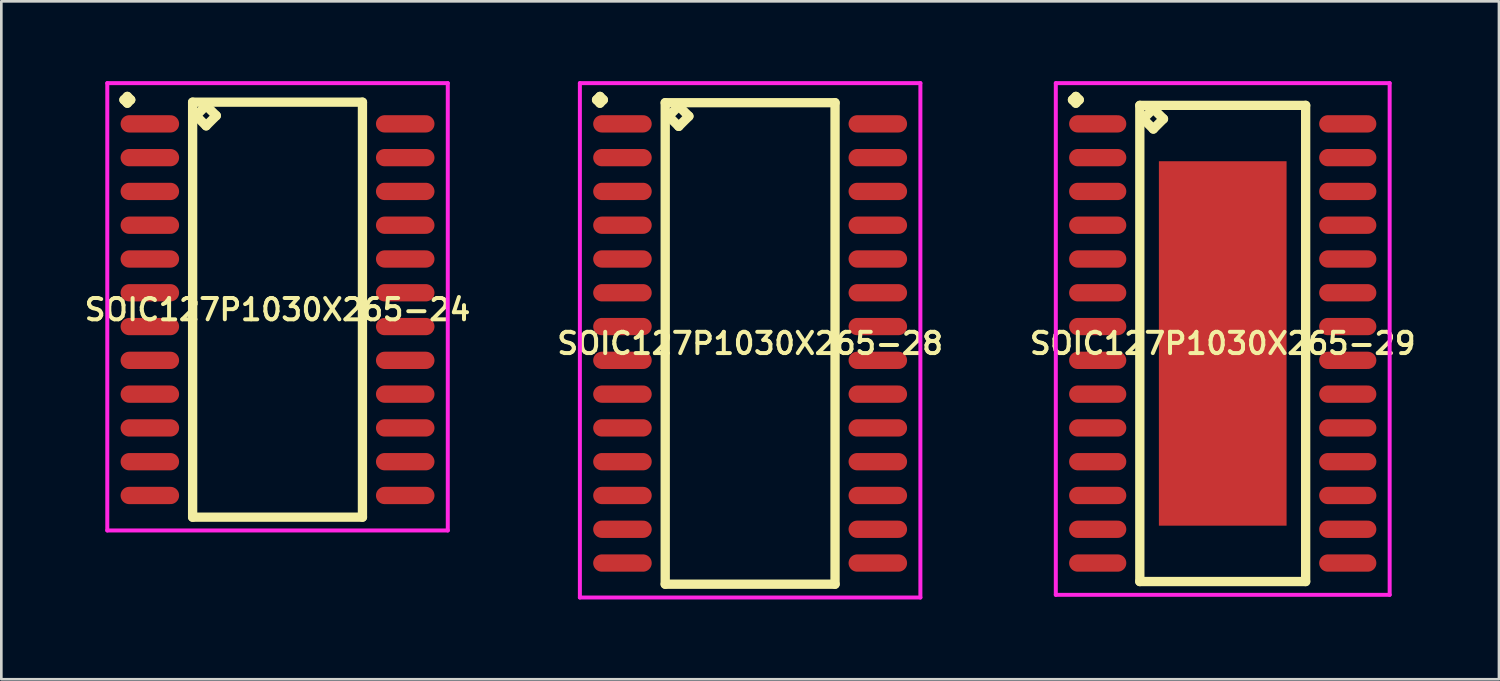
<source format=kicad_pcb>
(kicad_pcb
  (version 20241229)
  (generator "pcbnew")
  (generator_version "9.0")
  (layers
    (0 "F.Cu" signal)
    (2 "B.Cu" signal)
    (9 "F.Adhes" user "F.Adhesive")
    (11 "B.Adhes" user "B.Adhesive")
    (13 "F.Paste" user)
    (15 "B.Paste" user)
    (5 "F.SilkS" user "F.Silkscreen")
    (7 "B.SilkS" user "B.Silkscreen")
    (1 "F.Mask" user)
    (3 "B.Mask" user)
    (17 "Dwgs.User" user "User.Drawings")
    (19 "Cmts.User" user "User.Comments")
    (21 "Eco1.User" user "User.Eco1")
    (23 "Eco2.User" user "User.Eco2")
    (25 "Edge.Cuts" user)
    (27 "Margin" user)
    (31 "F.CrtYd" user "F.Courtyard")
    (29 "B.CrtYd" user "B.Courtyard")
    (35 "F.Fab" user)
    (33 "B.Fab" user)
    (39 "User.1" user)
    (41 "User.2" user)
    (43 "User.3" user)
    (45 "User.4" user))
  (footprint "SOIC127P1030X265-29"
    (layer "F.Cu")
    (at 42.915 9.861)
    (property "Reference" "SOIC127P1030X265-29" (at 0 0 0) (layer "F.SilkS") (effects (font (size 0.8 0.8) (thickness 0.15))))
    (attr smd)
    (fp_line (start -5.648 -9.159) (end -5.521 -9.286) (stroke (width 0.35) (type solid)) (layer "F.SilkS"))
    (fp_line (start -5.521 -9.286) (end -5.394 -9.159) (stroke (width 0.35) (type solid)) (layer "F.SilkS"))
    (fp_line (start -5.521 -9.032) (end -5.648 -9.159) (stroke (width 0.35) (type solid)) (layer "F.SilkS"))
    (fp_line (start -5.394 -9.159) (end -5.521 -9.032) (stroke (width 0.35) (type solid)) (layer "F.SilkS"))
    (fp_line (start -3.117 -8.95) (end -3.117 8.95) (stroke (width 0.35) (type solid)) (layer "F.SilkS"))
    (fp_line (start -3.117 8.95) (end 3.117 8.95) (stroke (width 0.35) (type solid)) (layer "F.SilkS"))
    (fp_line (start -2.99 -8.442) (end -2.609 -8.823) (stroke (width 0.35) (type solid)) (layer "F.SilkS"))
    (fp_line (start -2.609 -8.823) (end -2.228 -8.442) (stroke (width 0.35) (type solid)) (layer "F.SilkS"))
    (fp_line (start -2.609 -8.061) (end -2.99 -8.442) (stroke (width 0.35) (type solid)) (layer "F.SilkS"))
    (fp_line (start -2.228 -8.442) (end -2.609 -8.061) (stroke (width 0.35) (type solid)) (layer "F.SilkS"))
    (fp_line (start 3.117 -8.95) (end -3.117 -8.95) (stroke (width 0.35) (type solid)) (layer "F.SilkS"))
    (fp_line (start 3.117 8.95) (end 3.117 -8.95) (stroke (width 0.35) (type solid)) (layer "F.SilkS"))
    (fp_line (start -6.275 -9.786) (end 6.275 -9.786) (stroke (width 0.15) (type solid)) (layer "F.CrtYd"))
    (fp_line (start -6.275 9.45) (end -6.275 -9.786) (stroke (width 0.15) (type solid)) (layer "F.CrtYd"))
    (fp_line (start 6.275 -9.786) (end 6.275 9.45) (stroke (width 0.15) (type solid)) (layer "F.CrtYd"))
    (fp_line (start 6.275 9.45) (end -6.275 9.45) (stroke (width 0.15) (type solid)) (layer "F.CrtYd"))
    (pad "1" smd oval (at -4.7 -8.255) (size 2.15 0.65) (layers "F.Cu" "F.Mask" "F.Paste"))
    (pad "2" smd oval (at -4.7 -6.985) (size 2.15 0.65) (layers "F.Cu" "F.Mask" "F.Paste"))
    (pad "3" smd oval (at -4.7 -5.715) (size 2.15 0.65) (layers "F.Cu" "F.Mask" "F.Paste"))
    (pad "4" smd oval (at -4.7 -4.445) (size 2.15 0.65) (layers "F.Cu" "F.Mask" "F.Paste"))
    (pad "5" smd oval (at -4.7 -3.175) (size 2.15 0.65) (layers "F.Cu" "F.Mask" "F.Paste"))
    (pad "6" smd oval (at -4.7 -1.905) (size 2.15 0.65) (layers "F.Cu" "F.Mask" "F.Paste"))
    (pad "7" smd oval (at -4.7 -0.635) (size 2.15 0.65) (layers "F.Cu" "F.Mask" "F.Paste"))
    (pad "8" smd oval (at -4.7 0.635) (size 2.15 0.65) (layers "F.Cu" "F.Mask" "F.Paste"))
    (pad "9" smd oval (at -4.7 1.905) (size 2.15 0.65) (layers "F.Cu" "F.Mask" "F.Paste"))
    (pad "10" smd oval (at -4.7 3.175) (size 2.15 0.65) (layers "F.Cu" "F.Mask" "F.Paste"))
    (pad "11" smd oval (at -4.7 4.445) (size 2.15 0.65) (layers "F.Cu" "F.Mask" "F.Paste"))
    (pad "12" smd oval (at -4.7 5.715) (size 2.15 0.65) (layers "F.Cu" "F.Mask" "F.Paste"))
    (pad "13" smd oval (at -4.7 6.985) (size 2.15 0.65) (layers "F.Cu" "F.Mask" "F.Paste"))
    (pad "14" smd oval (at -4.7 8.255) (size 2.15 0.65) (layers "F.Cu" "F.Mask" "F.Paste"))
    (pad "15" smd oval (at 4.7 8.255) (size 2.15 0.65) (layers "F.Cu" "F.Mask" "F.Paste"))
    (pad "16" smd oval (at 4.7 6.985) (size 2.15 0.65) (layers "F.Cu" "F.Mask" "F.Paste"))
    (pad "17" smd oval (at 4.7 5.715) (size 2.15 0.65) (layers "F.Cu" "F.Mask" "F.Paste"))
    (pad "18" smd oval (at 4.7 4.445) (size 2.15 0.65) (layers "F.Cu" "F.Mask" "F.Paste"))
    (pad "19" smd oval (at 4.7 3.175) (size 2.15 0.65) (layers "F.Cu" "F.Mask" "F.Paste"))
    (pad "20" smd oval (at 4.7 1.905) (size 2.15 0.65) (layers "F.Cu" "F.Mask" "F.Paste"))
    (pad "21" smd oval (at 4.7 0.635) (size 2.15 0.65) (layers "F.Cu" "F.Mask" "F.Paste"))
    (pad "22" smd oval (at 4.7 -0.635) (size 2.15 0.65) (layers "F.Cu" "F.Mask" "F.Paste"))
    (pad "23" smd oval (at 4.7 -1.905) (size 2.15 0.65) (layers "F.Cu" "F.Mask" "F.Paste"))
    (pad "24" smd oval (at 4.7 -3.175) (size 2.15 0.65) (layers "F.Cu" "F.Mask" "F.Paste"))
    (pad "25" smd oval (at 4.7 -4.445) (size 2.15 0.65) (layers "F.Cu" "F.Mask" "F.Paste"))
    (pad "26" smd oval (at 4.7 -5.715) (size 2.15 0.65) (layers "F.Cu" "F.Mask" "F.Paste"))
    (pad "27" smd oval (at 4.7 -6.985) (size 2.15 0.65) (layers "F.Cu" "F.Mask" "F.Paste"))
    (pad "28" smd oval (at 4.7 -8.255) (size 2.15 0.65) (layers "F.Cu" "F.Mask" "F.Paste"))
    (pad "29" smd rect (at 0 0) (size 4.8 13.7) (layers "F.Cu" "F.Mask" "F.Paste")))
  (footprint "SOIC127P1030X265-28"
    (layer "F.Cu")
    (at 25.149 9.861)
    (property "Reference" "SOIC127P1030X265-28" (at 0 0 0) (layer "F.SilkS") (effects (font (size 0.8 0.8) (thickness 0.15))))
    (attr smd)
    (fp_line (start -5.773 -9.159) (end -5.646 -9.286) (stroke (width 0.35) (type solid)) (layer "F.SilkS"))
    (fp_line (start -5.646 -9.286) (end -5.519 -9.159) (stroke (width 0.35) (type solid)) (layer "F.SilkS"))
    (fp_line (start -5.646 -9.032) (end -5.773 -9.159) (stroke (width 0.35) (type solid)) (layer "F.SilkS"))
    (fp_line (start -5.519 -9.159) (end -5.646 -9.032) (stroke (width 0.35) (type solid)) (layer "F.SilkS"))
    (fp_line (start -3.192 -9.05) (end -3.192 9.05) (stroke (width 0.35) (type solid)) (layer "F.SilkS"))
    (fp_line (start -3.192 9.05) (end 3.192 9.05) (stroke (width 0.35) (type solid)) (layer "F.SilkS"))
    (fp_line (start -3.065 -8.542) (end -2.684 -8.923) (stroke (width 0.35) (type solid)) (layer "F.SilkS"))
    (fp_line (start -2.684 -8.923) (end -2.303 -8.542) (stroke (width 0.35) (type solid)) (layer "F.SilkS"))
    (fp_line (start -2.684 -8.161) (end -3.065 -8.542) (stroke (width 0.35) (type solid)) (layer "F.SilkS"))
    (fp_line (start -2.303 -8.542) (end -2.684 -8.161) (stroke (width 0.35) (type solid)) (layer "F.SilkS"))
    (fp_line (start 3.192 -9.05) (end -3.192 -9.05) (stroke (width 0.35) (type solid)) (layer "F.SilkS"))
    (fp_line (start 3.192 9.05) (end 3.192 -9.05) (stroke (width 0.35) (type solid)) (layer "F.SilkS"))
    (fp_line (start -6.4 -9.786) (end 6.4 -9.786) (stroke (width 0.15) (type solid)) (layer "F.CrtYd"))
    (fp_line (start -6.4 9.55) (end -6.4 -9.786) (stroke (width 0.15) (type solid)) (layer "F.CrtYd"))
    (fp_line (start 6.4 -9.786) (end 6.4 9.55) (stroke (width 0.15) (type solid)) (layer "F.CrtYd"))
    (fp_line (start 6.4 9.55) (end -6.4 9.55) (stroke (width 0.15) (type solid)) (layer "F.CrtYd"))
    (pad "1" smd oval (at -4.8 -8.255) (size 2.2 0.65) (layers "F.Cu" "F.Mask" "F.Paste"))
    (pad "2" smd oval (at -4.8 -6.985) (size 2.2 0.65) (layers "F.Cu" "F.Mask" "F.Paste"))
    (pad "3" smd oval (at -4.8 -5.715) (size 2.2 0.65) (layers "F.Cu" "F.Mask" "F.Paste"))
    (pad "4" smd oval (at -4.8 -4.445) (size 2.2 0.65) (layers "F.Cu" "F.Mask" "F.Paste"))
    (pad "5" smd oval (at -4.8 -3.175) (size 2.2 0.65) (layers "F.Cu" "F.Mask" "F.Paste"))
    (pad "6" smd oval (at -4.8 -1.905) (size 2.2 0.65) (layers "F.Cu" "F.Mask" "F.Paste"))
    (pad "7" smd oval (at -4.8 -0.635) (size 2.2 0.65) (layers "F.Cu" "F.Mask" "F.Paste"))
    (pad "8" smd oval (at -4.8 0.635) (size 2.2 0.65) (layers "F.Cu" "F.Mask" "F.Paste"))
    (pad "9" smd oval (at -4.8 1.905) (size 2.2 0.65) (layers "F.Cu" "F.Mask" "F.Paste"))
    (pad "10" smd oval (at -4.8 3.175) (size 2.2 0.65) (layers "F.Cu" "F.Mask" "F.Paste"))
    (pad "11" smd oval (at -4.8 4.445) (size 2.2 0.65) (layers "F.Cu" "F.Mask" "F.Paste"))
    (pad "12" smd oval (at -4.8 5.715) (size 2.2 0.65) (layers "F.Cu" "F.Mask" "F.Paste"))
    (pad "13" smd oval (at -4.8 6.985) (size 2.2 0.65) (layers "F.Cu" "F.Mask" "F.Paste"))
    (pad "14" smd oval (at -4.8 8.255) (size 2.2 0.65) (layers "F.Cu" "F.Mask" "F.Paste"))
    (pad "15" smd oval (at 4.8 8.255) (size 2.2 0.65) (layers "F.Cu" "F.Mask" "F.Paste"))
    (pad "16" smd oval (at 4.8 6.985) (size 2.2 0.65) (layers "F.Cu" "F.Mask" "F.Paste"))
    (pad "17" smd oval (at 4.8 5.715) (size 2.2 0.65) (layers "F.Cu" "F.Mask" "F.Paste"))
    (pad "18" smd oval (at 4.8 4.445) (size 2.2 0.65) (layers "F.Cu" "F.Mask" "F.Paste"))
    (pad "19" smd oval (at 4.8 3.175) (size 2.2 0.65) (layers "F.Cu" "F.Mask" "F.Paste"))
    (pad "20" smd oval (at 4.8 1.905) (size 2.2 0.65) (layers "F.Cu" "F.Mask" "F.Paste"))
    (pad "21" smd oval (at 4.8 0.635) (size 2.2 0.65) (layers "F.Cu" "F.Mask" "F.Paste"))
    (pad "22" smd oval (at 4.8 -0.635) (size 2.2 0.65) (layers "F.Cu" "F.Mask" "F.Paste"))
    (pad "23" smd oval (at 4.8 -1.905) (size 2.2 0.65) (layers "F.Cu" "F.Mask" "F.Paste"))
    (pad "24" smd oval (at 4.8 -3.175) (size 2.2 0.65) (layers "F.Cu" "F.Mask" "F.Paste"))
    (pad "25" smd oval (at 4.8 -4.445) (size 2.2 0.65) (layers "F.Cu" "F.Mask" "F.Paste"))
    (pad "26" smd oval (at 4.8 -5.715) (size 2.2 0.65) (layers "F.Cu" "F.Mask" "F.Paste"))
    (pad "27" smd oval (at 4.8 -6.985) (size 2.2 0.65) (layers "F.Cu" "F.Mask" "F.Paste"))
    (pad "28" smd oval (at 4.8 -8.255) (size 2.2 0.65) (layers "F.Cu" "F.Mask" "F.Paste")))
  (footprint "SOIC127P1030X265-24"
    (layer "F.Cu")
    (at 7.383 8.591)
    (property "Reference" "SOIC127P1030X265-24" (at 0 0 0) (layer "F.SilkS") (effects (font (size 0.8 0.8) (thickness 0.15))))
    (attr smd)
    (fp_line (start -5.773 -7.889) (end -5.646 -8.016) (stroke (width 0.35) (type solid)) (layer "F.SilkS"))
    (fp_line (start -5.646 -8.016) (end -5.519 -7.889) (stroke (width 0.35) (type solid)) (layer "F.SilkS"))
    (fp_line (start -5.646 -7.762) (end -5.773 -7.889) (stroke (width 0.35) (type solid)) (layer "F.SilkS"))
    (fp_line (start -5.519 -7.889) (end -5.646 -7.762) (stroke (width 0.35) (type solid)) (layer "F.SilkS"))
    (fp_line (start -3.192 -7.8) (end -3.192 7.8) (stroke (width 0.35) (type solid)) (layer "F.SilkS"))
    (fp_line (start -3.192 7.8) (end 3.192 7.8) (stroke (width 0.35) (type solid)) (layer "F.SilkS"))
    (fp_line (start -3.065 -7.292) (end -2.684 -7.673) (stroke (width 0.35) (type solid)) (layer "F.SilkS"))
    (fp_line (start -2.684 -7.673) (end -2.303 -7.292) (stroke (width 0.35) (type solid)) (layer "F.SilkS"))
    (fp_line (start -2.684 -6.911) (end -3.065 -7.292) (stroke (width 0.35) (type solid)) (layer "F.SilkS"))
    (fp_line (start -2.303 -7.292) (end -2.684 -6.911) (stroke (width 0.35) (type solid)) (layer "F.SilkS"))
    (fp_line (start 3.192 -7.8) (end -3.192 -7.8) (stroke (width 0.35) (type solid)) (layer "F.SilkS"))
    (fp_line (start 3.192 7.8) (end 3.192 -7.8) (stroke (width 0.35) (type solid)) (layer "F.SilkS"))
    (fp_line (start -6.4 -8.516) (end 6.4 -8.516) (stroke (width 0.15) (type solid)) (layer "F.CrtYd"))
    (fp_line (start -6.4 8.3) (end -6.4 -8.516) (stroke (width 0.15) (type solid)) (layer "F.CrtYd"))
    (fp_line (start 6.4 -8.516) (end 6.4 8.3) (stroke (width 0.15) (type solid)) (layer "F.CrtYd"))
    (fp_line (start 6.4 8.3) (end -6.4 8.3) (stroke (width 0.15) (type solid)) (layer "F.CrtYd"))
    (pad "1" smd oval (at -4.8 -6.985) (size 2.2 0.65) (layers "F.Cu" "F.Mask" "F.Paste"))
    (pad "2" smd oval (at -4.8 -5.715) (size 2.2 0.65) (layers "F.Cu" "F.Mask" "F.Paste"))
    (pad "3" smd oval (at -4.8 -4.445) (size 2.2 0.65) (layers "F.Cu" "F.Mask" "F.Paste"))
    (pad "4" smd oval (at -4.8 -3.175) (size 2.2 0.65) (layers "F.Cu" "F.Mask" "F.Paste"))
    (pad "5" smd oval (at -4.8 -1.905) (size 2.2 0.65) (layers "F.Cu" "F.Mask" "F.Paste"))
    (pad "6" smd oval (at -4.8 -0.635) (size 2.2 0.65) (layers "F.Cu" "F.Mask" "F.Paste"))
    (pad "7" smd oval (at -4.8 0.635) (size 2.2 0.65) (layers "F.Cu" "F.Mask" "F.Paste"))
    (pad "8" smd oval (at -4.8 1.905) (size 2.2 0.65) (layers "F.Cu" "F.Mask" "F.Paste"))
    (pad "9" smd oval (at -4.8 3.175) (size 2.2 0.65) (layers "F.Cu" "F.Mask" "F.Paste"))
    (pad "10" smd oval (at -4.8 4.445) (size 2.2 0.65) (layers "F.Cu" "F.Mask" "F.Paste"))
    (pad "11" smd oval (at -4.8 5.715) (size 2.2 0.65) (layers "F.Cu" "F.Mask" "F.Paste"))
    (pad "12" smd oval (at -4.8 6.985) (size 2.2 0.65) (layers "F.Cu" "F.Mask" "F.Paste"))
    (pad "13" smd oval (at 4.8 6.985) (size 2.2 0.65) (layers "F.Cu" "F.Mask" "F.Paste"))
    (pad "14" smd oval (at 4.8 5.715) (size 2.2 0.65) (layers "F.Cu" "F.Mask" "F.Paste"))
    (pad "15" smd oval (at 4.8 4.445) (size 2.2 0.65) (layers "F.Cu" "F.Mask" "F.Paste"))
    (pad "16" smd oval (at 4.8 3.175) (size 2.2 0.65) (layers "F.Cu" "F.Mask" "F.Paste"))
    (pad "17" smd oval (at 4.8 1.905) (size 2.2 0.65) (layers "F.Cu" "F.Mask" "F.Paste"))
    (pad "18" smd oval (at 4.8 0.635) (size 2.2 0.65) (layers "F.Cu" "F.Mask" "F.Paste"))
    (pad "19" smd oval (at 4.8 -0.635) (size 2.2 0.65) (layers "F.Cu" "F.Mask" "F.Paste"))
    (pad "20" smd oval (at 4.8 -1.905) (size 2.2 0.65) (layers "F.Cu" "F.Mask" "F.Paste"))
    (pad "21" smd oval (at 4.8 -3.175) (size 2.2 0.65) (layers "F.Cu" "F.Mask" "F.Paste"))
    (pad "22" smd oval (at 4.8 -4.445) (size 2.2 0.65) (layers "F.Cu" "F.Mask" "F.Paste"))
    (pad "23" smd oval (at 4.8 -5.715) (size 2.2 0.65) (layers "F.Cu" "F.Mask" "F.Paste"))
    (pad "24" smd oval (at 4.8 -6.985) (size 2.2 0.65) (layers "F.Cu" "F.Mask" "F.Paste")))
  (gr_rect
    (start -3 -3)
    (end 53.299 22.486)
    (stroke (width 0.1) (type default))
    (fill no)
    (layer "Edge.Cuts")))
</source>
